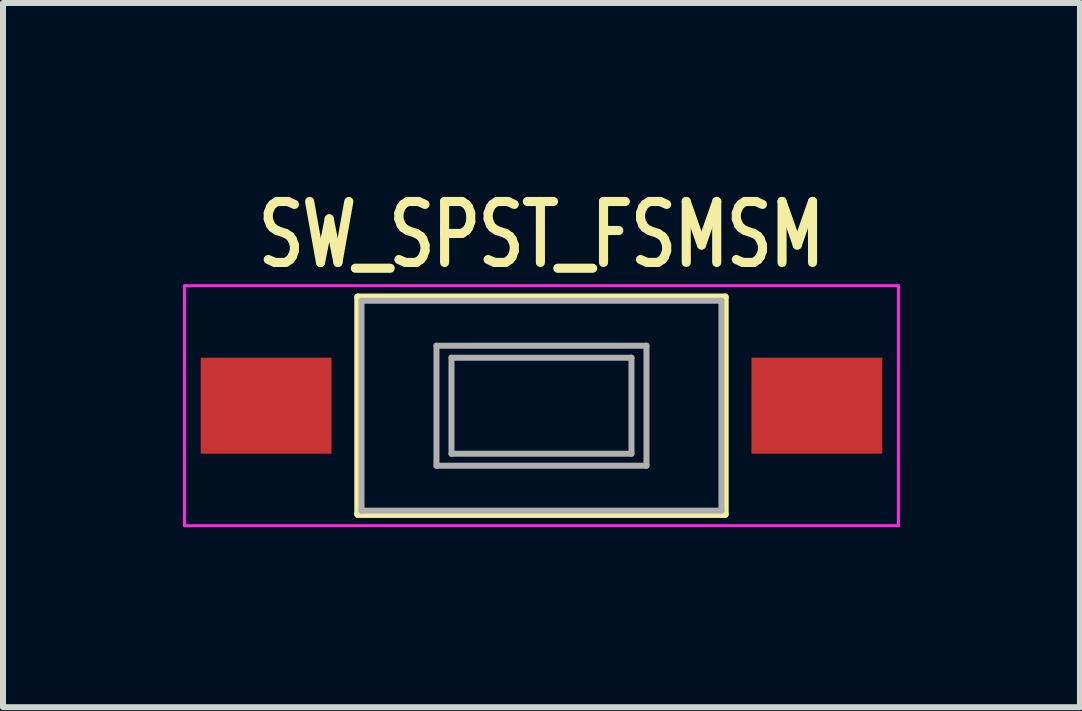
<source format=kicad_pcb>
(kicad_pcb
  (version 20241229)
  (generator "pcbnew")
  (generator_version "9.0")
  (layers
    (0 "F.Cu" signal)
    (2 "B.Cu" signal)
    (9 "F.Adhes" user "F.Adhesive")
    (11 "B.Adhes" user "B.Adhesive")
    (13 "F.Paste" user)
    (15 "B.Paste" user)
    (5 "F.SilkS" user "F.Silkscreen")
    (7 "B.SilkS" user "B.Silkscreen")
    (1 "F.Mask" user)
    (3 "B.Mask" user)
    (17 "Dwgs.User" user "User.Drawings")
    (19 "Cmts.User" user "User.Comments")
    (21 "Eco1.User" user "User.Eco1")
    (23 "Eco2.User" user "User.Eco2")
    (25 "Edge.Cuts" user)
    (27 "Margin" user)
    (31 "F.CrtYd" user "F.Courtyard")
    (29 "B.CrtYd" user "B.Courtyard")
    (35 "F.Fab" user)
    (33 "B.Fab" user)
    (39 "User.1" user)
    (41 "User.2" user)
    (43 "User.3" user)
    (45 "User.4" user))
  (footprint "SW_SPST_FSMSM"
    (layer "F.Cu")
    (at 5.975 3.712)
    (property "Reference" "SW_SPST_FSMSM" (at 0 -2.85 0) (layer "F.SilkS") (effects (font (size 1.016 0.762) (thickness 0.152))))
    (attr smd)
    (fp_line (start -3.06 -1.81) (end 3.06 -1.81) (stroke (width 0.12) (type solid)) (layer "F.SilkS"))
    (fp_line (start -3.06 1.81) (end -3.06 -1.81) (stroke (width 0.12) (type solid)) (layer "F.SilkS"))
    (fp_line (start 3.06 -1.81) (end 3.06 1.81) (stroke (width 0.12) (type solid)) (layer "F.SilkS"))
    (fp_line (start 3.06 1.81) (end -3.06 1.81) (stroke (width 0.12) (type solid)) (layer "F.SilkS"))
    (fp_line (start -5.95 -2) (end -5.95 2) (stroke (width 0.05) (type solid)) (layer "F.CrtYd"))
    (fp_line (start -5.95 -2) (end 5.95 -2) (stroke (width 0.05) (type solid)) (layer "F.CrtYd"))
    (fp_line (start -5.95 2) (end 5.95 2) (stroke (width 0.05) (type solid)) (layer "F.CrtYd"))
    (fp_line (start 5.95 -2) (end 5.95 2) (stroke (width 0.05) (type solid)) (layer "F.CrtYd"))
    (fp_line (start -3 -1.75) (end -3 1.75) (stroke (width 0.1) (type solid)) (layer "F.Fab"))
    (fp_line (start -3 -1.75) (end 3 -1.75) (stroke (width 0.1) (type solid)) (layer "F.Fab"))
    (fp_line (start -3 1.75) (end 3 1.75) (stroke (width 0.1) (type solid)) (layer "F.Fab"))
    (fp_line (start -1.75 -1) (end 1.75 -1) (stroke (width 0.1) (type solid)) (layer "F.Fab"))
    (fp_line (start -1.75 1) (end -1.75 -1) (stroke (width 0.1) (type solid)) (layer "F.Fab"))
    (fp_line (start -1.5 -0.8) (end -1.5 0.8) (stroke (width 0.1) (type solid)) (layer "F.Fab"))
    (fp_line (start -1.5 -0.8) (end 1.5 -0.8) (stroke (width 0.1) (type solid)) (layer "F.Fab"))
    (fp_line (start -1.5 0.8) (end 1.5 0.8) (stroke (width 0.1) (type solid)) (layer "F.Fab"))
    (fp_line (start 1.5 -0.8) (end 1.5 0.8) (stroke (width 0.1) (type solid)) (layer "F.Fab"))
    (fp_line (start 1.75 -1) (end 1.75 1) (stroke (width 0.1) (type solid)) (layer "F.Fab"))
    (fp_line (start 1.75 1) (end -1.75 1) (stroke (width 0.1) (type solid)) (layer "F.Fab"))
    (fp_line (start 3 -1.75) (end 3 1.75) (stroke (width 0.1) (type solid)) (layer "F.Fab"))
    (pad "1" smd rect (at -4.59 0) (size 2.18 1.6) (layers "F.Cu" "F.Mask" "F.Paste"))
    (pad "2" smd rect (at 4.59 0) (size 2.18 1.6) (layers "F.Cu" "F.Mask" "F.Paste")))
  (gr_rect
    (start -3 -3)
    (end 14.95 8.737)
    (stroke (width 0.1) (type default))
    (fill no)
    (layer "Edge.Cuts")))
</source>
